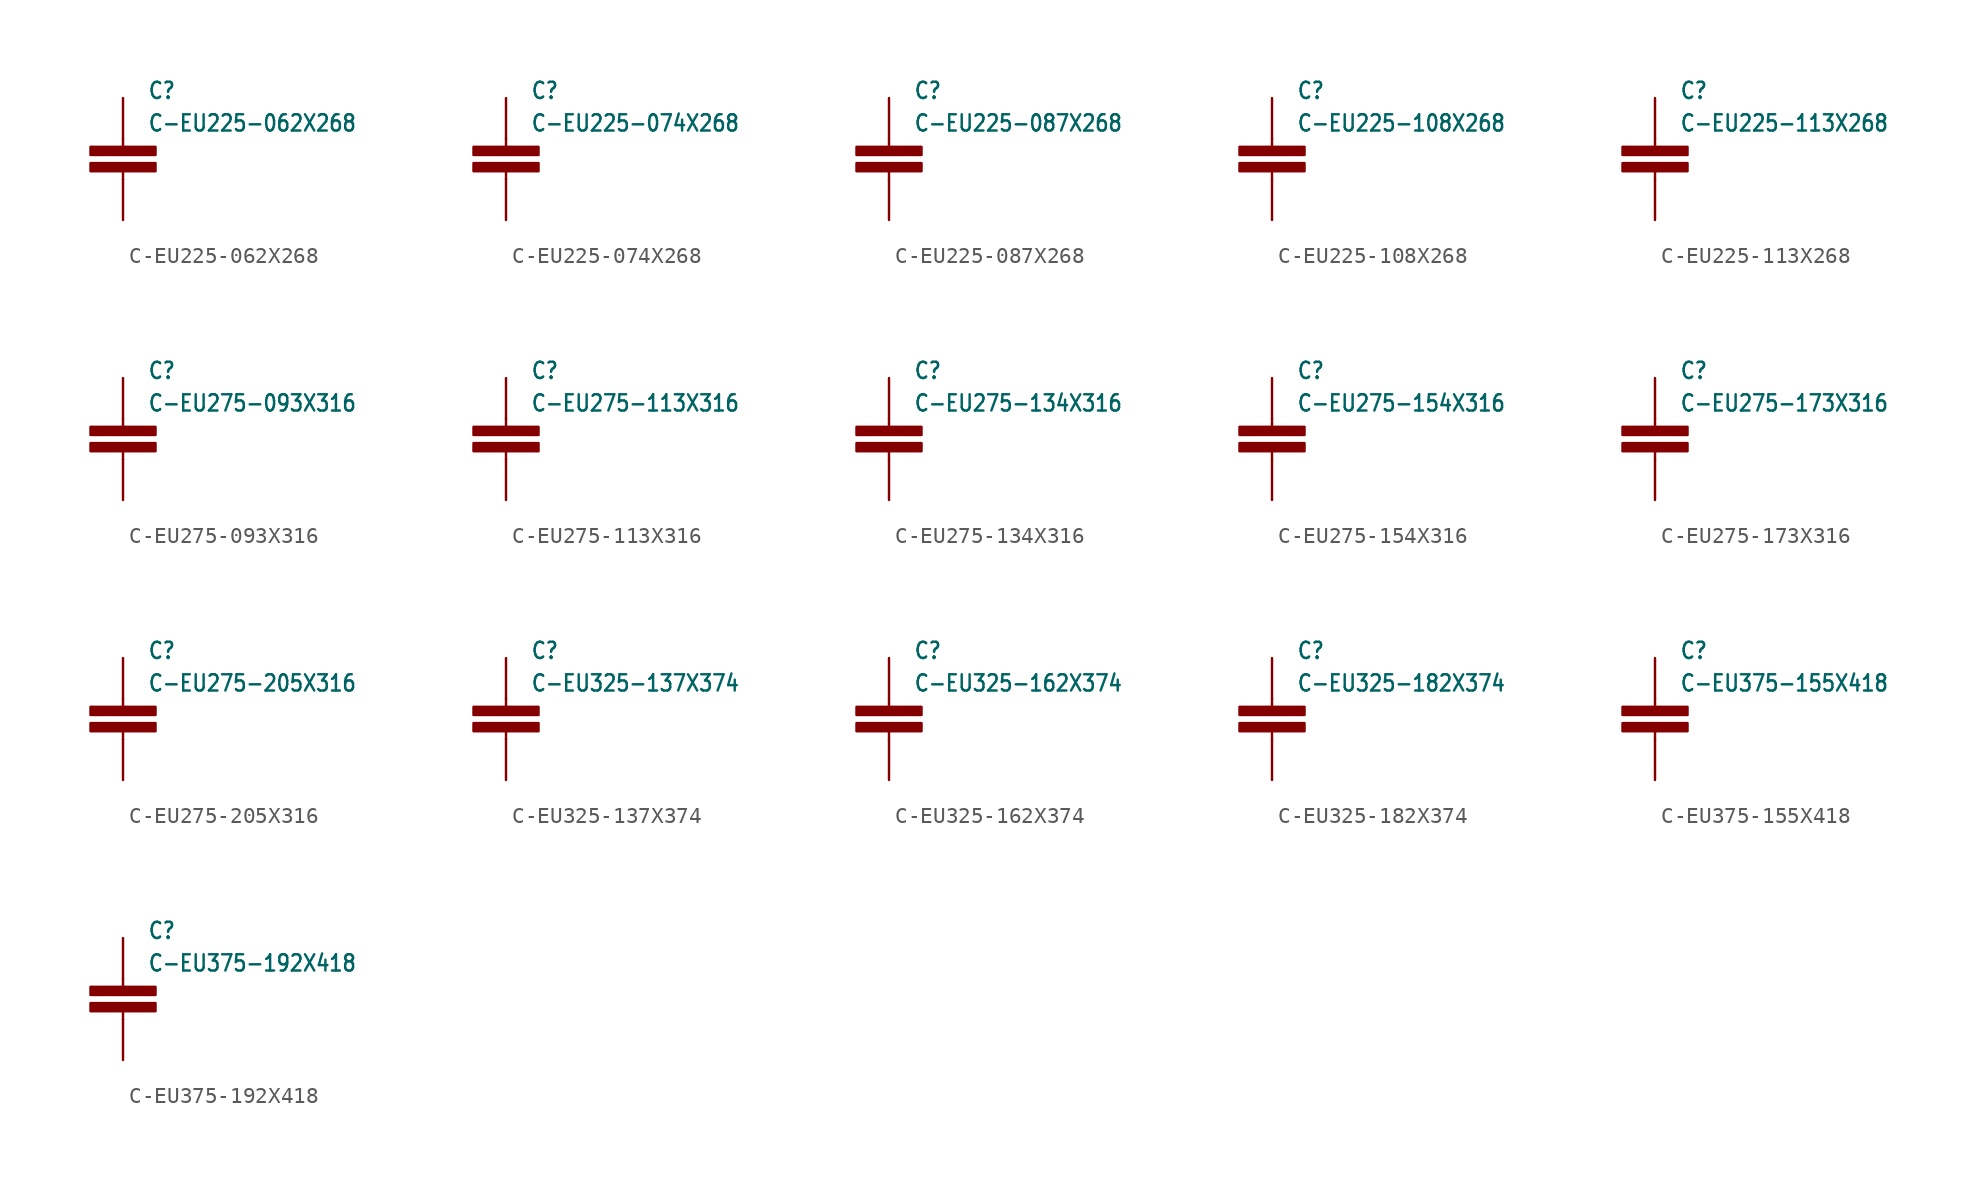
<source format=kicad_sym>
(kicad_symbol_lib
  (version 20220331)
  (generator kicad_symbol_editor)
  (symbol "C-EU225-062X268"
    (property "Reference" "C"
      (at 1.524 2.413 0)
      (effects (font (size 1.016 0.864)) (justify left bottom)))
    (property "Value" "C-EU225-062X268"
      (at 1.524 0.381 0)
      (effects (font (size 1.016 0.864)) (justify left bottom)))
    (property "ki_locked" ""
      (at 0 0 0)
      (effects (font (size 1.27 1.27))))
    (symbol "C-EU225-062X268_1_0"
      (rectangle (start -2.032 -2.032) (end 2.032 -1.524) (stroke (width 0) (type default)) (fill (type outline)))
      (rectangle (start -2.032 -1.016) (end 2.032 -0.508) (stroke (width 0) (type default)) (fill (type outline)))
      (polyline (pts (xy 0 -2.54) (xy 0 -2.032)) (stroke (width 0.152) (type solid)) (fill (type none)))
      (polyline (pts (xy 0 0) (xy 0 -0.508)) (stroke (width 0.152) (type solid)) (fill (type none)))
      (pin passive line (at 0 2.54 270) (length 2.54) (name "1" (effects (font (size 0 0)))) (number "1" (effects (font (size 0 0)))))
      (pin passive line (at 0 -5.08 90) (length 2.54) (name "2" (effects (font (size 0 0)))) (number "2" (effects (font (size 0 0)))))))
  (symbol "C-EU225-074X268"
    (property "Reference" "C"
      (at 1.524 2.413 0)
      (effects (font (size 1.016 0.864)) (justify left bottom)))
    (property "Value" "C-EU225-074X268"
      (at 1.524 0.381 0)
      (effects (font (size 1.016 0.864)) (justify left bottom)))
    (property "ki_locked" ""
      (at 0 0 0)
      (effects (font (size 1.27 1.27))))
    (symbol "C-EU225-074X268_1_0"
      (rectangle (start -2.032 -2.032) (end 2.032 -1.524) (stroke (width 0) (type default)) (fill (type outline)))
      (rectangle (start -2.032 -1.016) (end 2.032 -0.508) (stroke (width 0) (type default)) (fill (type outline)))
      (polyline (pts (xy 0 -2.54) (xy 0 -2.032)) (stroke (width 0.152) (type solid)) (fill (type none)))
      (polyline (pts (xy 0 0) (xy 0 -0.508)) (stroke (width 0.152) (type solid)) (fill (type none)))
      (pin passive line (at 0 2.54 270) (length 2.54) (name "1" (effects (font (size 0 0)))) (number "1" (effects (font (size 0 0)))))
      (pin passive line (at 0 -5.08 90) (length 2.54) (name "2" (effects (font (size 0 0)))) (number "2" (effects (font (size 0 0)))))))
  (symbol "C-EU225-087X268"
    (property "Reference" "C"
      (at 1.524 2.413 0)
      (effects (font (size 1.016 0.864)) (justify left bottom)))
    (property "Value" "C-EU225-087X268"
      (at 1.524 0.381 0)
      (effects (font (size 1.016 0.864)) (justify left bottom)))
    (property "ki_locked" ""
      (at 0 0 0)
      (effects (font (size 1.27 1.27))))
    (symbol "C-EU225-087X268_1_0"
      (rectangle (start -2.032 -2.032) (end 2.032 -1.524) (stroke (width 0) (type default)) (fill (type outline)))
      (rectangle (start -2.032 -1.016) (end 2.032 -0.508) (stroke (width 0) (type default)) (fill (type outline)))
      (polyline (pts (xy 0 -2.54) (xy 0 -2.032)) (stroke (width 0.152) (type solid)) (fill (type none)))
      (polyline (pts (xy 0 0) (xy 0 -0.508)) (stroke (width 0.152) (type solid)) (fill (type none)))
      (pin passive line (at 0 2.54 270) (length 2.54) (name "1" (effects (font (size 0 0)))) (number "1" (effects (font (size 0 0)))))
      (pin passive line (at 0 -5.08 90) (length 2.54) (name "2" (effects (font (size 0 0)))) (number "2" (effects (font (size 0 0)))))))
  (symbol "C-EU225-108X268"
    (property "Reference" "C"
      (at 1.524 2.413 0)
      (effects (font (size 1.016 0.864)) (justify left bottom)))
    (property "Value" "C-EU225-108X268"
      (at 1.524 0.381 0)
      (effects (font (size 1.016 0.864)) (justify left bottom)))
    (property "ki_locked" ""
      (at 0 0 0)
      (effects (font (size 1.27 1.27))))
    (symbol "C-EU225-108X268_1_0"
      (rectangle (start -2.032 -2.032) (end 2.032 -1.524) (stroke (width 0) (type default)) (fill (type outline)))
      (rectangle (start -2.032 -1.016) (end 2.032 -0.508) (stroke (width 0) (type default)) (fill (type outline)))
      (polyline (pts (xy 0 -2.54) (xy 0 -2.032)) (stroke (width 0.152) (type solid)) (fill (type none)))
      (polyline (pts (xy 0 0) (xy 0 -0.508)) (stroke (width 0.152) (type solid)) (fill (type none)))
      (pin passive line (at 0 2.54 270) (length 2.54) (name "1" (effects (font (size 0 0)))) (number "1" (effects (font (size 0 0)))))
      (pin passive line (at 0 -5.08 90) (length 2.54) (name "2" (effects (font (size 0 0)))) (number "2" (effects (font (size 0 0)))))))
  (symbol "C-EU225-113X268"
    (property "Reference" "C"
      (at 1.524 2.413 0)
      (effects (font (size 1.016 0.864)) (justify left bottom)))
    (property "Value" "C-EU225-113X268"
      (at 1.524 0.381 0)
      (effects (font (size 1.016 0.864)) (justify left bottom)))
    (property "ki_locked" ""
      (at 0 0 0)
      (effects (font (size 1.27 1.27))))
    (symbol "C-EU225-113X268_1_0"
      (rectangle (start -2.032 -2.032) (end 2.032 -1.524) (stroke (width 0) (type default)) (fill (type outline)))
      (rectangle (start -2.032 -1.016) (end 2.032 -0.508) (stroke (width 0) (type default)) (fill (type outline)))
      (polyline (pts (xy 0 -2.54) (xy 0 -2.032)) (stroke (width 0.152) (type solid)) (fill (type none)))
      (polyline (pts (xy 0 0) (xy 0 -0.508)) (stroke (width 0.152) (type solid)) (fill (type none)))
      (pin passive line (at 0 2.54 270) (length 2.54) (name "1" (effects (font (size 0 0)))) (number "1" (effects (font (size 0 0)))))
      (pin passive line (at 0 -5.08 90) (length 2.54) (name "2" (effects (font (size 0 0)))) (number "2" (effects (font (size 0 0)))))))
  (symbol "C-EU275-093X316"
    (property "Reference" "C"
      (at 1.524 2.413 0)
      (effects (font (size 1.016 0.864)) (justify left bottom)))
    (property "Value" "C-EU275-093X316"
      (at 1.524 0.381 0)
      (effects (font (size 1.016 0.864)) (justify left bottom)))
    (property "ki_locked" ""
      (at 0 0 0)
      (effects (font (size 1.27 1.27))))
    (symbol "C-EU275-093X316_1_0"
      (rectangle (start -2.032 -2.032) (end 2.032 -1.524) (stroke (width 0) (type default)) (fill (type outline)))
      (rectangle (start -2.032 -1.016) (end 2.032 -0.508) (stroke (width 0) (type default)) (fill (type outline)))
      (polyline (pts (xy 0 -2.54) (xy 0 -2.032)) (stroke (width 0.152) (type solid)) (fill (type none)))
      (polyline (pts (xy 0 0) (xy 0 -0.508)) (stroke (width 0.152) (type solid)) (fill (type none)))
      (pin passive line (at 0 2.54 270) (length 2.54) (name "1" (effects (font (size 0 0)))) (number "1" (effects (font (size 0 0)))))
      (pin passive line (at 0 -5.08 90) (length 2.54) (name "2" (effects (font (size 0 0)))) (number "2" (effects (font (size 0 0)))))))
  (symbol "C-EU275-113X316"
    (property "Reference" "C"
      (at 1.524 2.413 0)
      (effects (font (size 1.016 0.864)) (justify left bottom)))
    (property "Value" "C-EU275-113X316"
      (at 1.524 0.381 0)
      (effects (font (size 1.016 0.864)) (justify left bottom)))
    (property "ki_locked" ""
      (at 0 0 0)
      (effects (font (size 1.27 1.27))))
    (symbol "C-EU275-113X316_1_0"
      (rectangle (start -2.032 -2.032) (end 2.032 -1.524) (stroke (width 0) (type default)) (fill (type outline)))
      (rectangle (start -2.032 -1.016) (end 2.032 -0.508) (stroke (width 0) (type default)) (fill (type outline)))
      (polyline (pts (xy 0 -2.54) (xy 0 -2.032)) (stroke (width 0.152) (type solid)) (fill (type none)))
      (polyline (pts (xy 0 0) (xy 0 -0.508)) (stroke (width 0.152) (type solid)) (fill (type none)))
      (pin passive line (at 0 2.54 270) (length 2.54) (name "1" (effects (font (size 0 0)))) (number "1" (effects (font (size 0 0)))))
      (pin passive line (at 0 -5.08 90) (length 2.54) (name "2" (effects (font (size 0 0)))) (number "2" (effects (font (size 0 0)))))))
  (symbol "C-EU275-134X316"
    (property "Reference" "C"
      (at 1.524 2.413 0)
      (effects (font (size 1.016 0.864)) (justify left bottom)))
    (property "Value" "C-EU275-134X316"
      (at 1.524 0.381 0)
      (effects (font (size 1.016 0.864)) (justify left bottom)))
    (property "ki_locked" ""
      (at 0 0 0)
      (effects (font (size 1.27 1.27))))
    (symbol "C-EU275-134X316_1_0"
      (rectangle (start -2.032 -2.032) (end 2.032 -1.524) (stroke (width 0) (type default)) (fill (type outline)))
      (rectangle (start -2.032 -1.016) (end 2.032 -0.508) (stroke (width 0) (type default)) (fill (type outline)))
      (polyline (pts (xy 0 -2.54) (xy 0 -2.032)) (stroke (width 0.152) (type solid)) (fill (type none)))
      (polyline (pts (xy 0 0) (xy 0 -0.508)) (stroke (width 0.152) (type solid)) (fill (type none)))
      (pin passive line (at 0 2.54 270) (length 2.54) (name "1" (effects (font (size 0 0)))) (number "1" (effects (font (size 0 0)))))
      (pin passive line (at 0 -5.08 90) (length 2.54) (name "2" (effects (font (size 0 0)))) (number "2" (effects (font (size 0 0)))))))
  (symbol "C-EU275-154X316"
    (property "Reference" "C"
      (at 1.524 2.413 0)
      (effects (font (size 1.016 0.864)) (justify left bottom)))
    (property "Value" "C-EU275-154X316"
      (at 1.524 0.381 0)
      (effects (font (size 1.016 0.864)) (justify left bottom)))
    (property "ki_locked" ""
      (at 0 0 0)
      (effects (font (size 1.27 1.27))))
    (symbol "C-EU275-154X316_1_0"
      (rectangle (start -2.032 -2.032) (end 2.032 -1.524) (stroke (width 0) (type default)) (fill (type outline)))
      (rectangle (start -2.032 -1.016) (end 2.032 -0.508) (stroke (width 0) (type default)) (fill (type outline)))
      (polyline (pts (xy 0 -2.54) (xy 0 -2.032)) (stroke (width 0.152) (type solid)) (fill (type none)))
      (polyline (pts (xy 0 0) (xy 0 -0.508)) (stroke (width 0.152) (type solid)) (fill (type none)))
      (pin passive line (at 0 2.54 270) (length 2.54) (name "1" (effects (font (size 0 0)))) (number "1" (effects (font (size 0 0)))))
      (pin passive line (at 0 -5.08 90) (length 2.54) (name "2" (effects (font (size 0 0)))) (number "2" (effects (font (size 0 0)))))))
  (symbol "C-EU275-173X316"
    (property "Reference" "C"
      (at 1.524 2.413 0)
      (effects (font (size 1.016 0.864)) (justify left bottom)))
    (property "Value" "C-EU275-173X316"
      (at 1.524 0.381 0)
      (effects (font (size 1.016 0.864)) (justify left bottom)))
    (property "ki_locked" ""
      (at 0 0 0)
      (effects (font (size 1.27 1.27))))
    (symbol "C-EU275-173X316_1_0"
      (rectangle (start -2.032 -2.032) (end 2.032 -1.524) (stroke (width 0) (type default)) (fill (type outline)))
      (rectangle (start -2.032 -1.016) (end 2.032 -0.508) (stroke (width 0) (type default)) (fill (type outline)))
      (polyline (pts (xy 0 -2.54) (xy 0 -2.032)) (stroke (width 0.152) (type solid)) (fill (type none)))
      (polyline (pts (xy 0 0) (xy 0 -0.508)) (stroke (width 0.152) (type solid)) (fill (type none)))
      (pin passive line (at 0 2.54 270) (length 2.54) (name "1" (effects (font (size 0 0)))) (number "1" (effects (font (size 0 0)))))
      (pin passive line (at 0 -5.08 90) (length 2.54) (name "2" (effects (font (size 0 0)))) (number "2" (effects (font (size 0 0)))))))
  (symbol "C-EU275-205X316"
    (property "Reference" "C"
      (at 1.524 2.413 0)
      (effects (font (size 1.016 0.864)) (justify left bottom)))
    (property "Value" "C-EU275-205X316"
      (at 1.524 0.381 0)
      (effects (font (size 1.016 0.864)) (justify left bottom)))
    (property "ki_locked" ""
      (at 0 0 0)
      (effects (font (size 1.27 1.27))))
    (symbol "C-EU275-205X316_1_0"
      (rectangle (start -2.032 -2.032) (end 2.032 -1.524) (stroke (width 0) (type default)) (fill (type outline)))
      (rectangle (start -2.032 -1.016) (end 2.032 -0.508) (stroke (width 0) (type default)) (fill (type outline)))
      (polyline (pts (xy 0 -2.54) (xy 0 -2.032)) (stroke (width 0.152) (type solid)) (fill (type none)))
      (polyline (pts (xy 0 0) (xy 0 -0.508)) (stroke (width 0.152) (type solid)) (fill (type none)))
      (pin passive line (at 0 2.54 270) (length 2.54) (name "1" (effects (font (size 0 0)))) (number "1" (effects (font (size 0 0)))))
      (pin passive line (at 0 -5.08 90) (length 2.54) (name "2" (effects (font (size 0 0)))) (number "2" (effects (font (size 0 0)))))))
  (symbol "C-EU325-137X374"
    (property "Reference" "C"
      (at 1.524 2.413 0)
      (effects (font (size 1.016 0.864)) (justify left bottom)))
    (property "Value" "C-EU325-137X374"
      (at 1.524 0.381 0)
      (effects (font (size 1.016 0.864)) (justify left bottom)))
    (property "ki_locked" ""
      (at 0 0 0)
      (effects (font (size 1.27 1.27))))
    (symbol "C-EU325-137X374_1_0"
      (rectangle (start -2.032 -2.032) (end 2.032 -1.524) (stroke (width 0) (type default)) (fill (type outline)))
      (rectangle (start -2.032 -1.016) (end 2.032 -0.508) (stroke (width 0) (type default)) (fill (type outline)))
      (polyline (pts (xy 0 -2.54) (xy 0 -2.032)) (stroke (width 0.152) (type solid)) (fill (type none)))
      (polyline (pts (xy 0 0) (xy 0 -0.508)) (stroke (width 0.152) (type solid)) (fill (type none)))
      (pin passive line (at 0 2.54 270) (length 2.54) (name "1" (effects (font (size 0 0)))) (number "1" (effects (font (size 0 0)))))
      (pin passive line (at 0 -5.08 90) (length 2.54) (name "2" (effects (font (size 0 0)))) (number "2" (effects (font (size 0 0)))))))
  (symbol "C-EU325-162X374"
    (property "Reference" "C"
      (at 1.524 2.413 0)
      (effects (font (size 1.016 0.864)) (justify left bottom)))
    (property "Value" "C-EU325-162X374"
      (at 1.524 0.381 0)
      (effects (font (size 1.016 0.864)) (justify left bottom)))
    (property "ki_locked" ""
      (at 0 0 0)
      (effects (font (size 1.27 1.27))))
    (symbol "C-EU325-162X374_1_0"
      (rectangle (start -2.032 -2.032) (end 2.032 -1.524) (stroke (width 0) (type default)) (fill (type outline)))
      (rectangle (start -2.032 -1.016) (end 2.032 -0.508) (stroke (width 0) (type default)) (fill (type outline)))
      (polyline (pts (xy 0 -2.54) (xy 0 -2.032)) (stroke (width 0.152) (type solid)) (fill (type none)))
      (polyline (pts (xy 0 0) (xy 0 -0.508)) (stroke (width 0.152) (type solid)) (fill (type none)))
      (pin passive line (at 0 2.54 270) (length 2.54) (name "1" (effects (font (size 0 0)))) (number "1" (effects (font (size 0 0)))))
      (pin passive line (at 0 -5.08 90) (length 2.54) (name "2" (effects (font (size 0 0)))) (number "2" (effects (font (size 0 0)))))))
  (symbol "C-EU325-182X374"
    (property "Reference" "C"
      (at 1.524 2.413 0)
      (effects (font (size 1.016 0.864)) (justify left bottom)))
    (property "Value" "C-EU325-182X374"
      (at 1.524 0.381 0)
      (effects (font (size 1.016 0.864)) (justify left bottom)))
    (property "ki_locked" ""
      (at 0 0 0)
      (effects (font (size 1.27 1.27))))
    (symbol "C-EU325-182X374_1_0"
      (rectangle (start -2.032 -2.032) (end 2.032 -1.524) (stroke (width 0) (type default)) (fill (type outline)))
      (rectangle (start -2.032 -1.016) (end 2.032 -0.508) (stroke (width 0) (type default)) (fill (type outline)))
      (polyline (pts (xy 0 -2.54) (xy 0 -2.032)) (stroke (width 0.152) (type solid)) (fill (type none)))
      (polyline (pts (xy 0 0) (xy 0 -0.508)) (stroke (width 0.152) (type solid)) (fill (type none)))
      (pin passive line (at 0 2.54 270) (length 2.54) (name "1" (effects (font (size 0 0)))) (number "1" (effects (font (size 0 0)))))
      (pin passive line (at 0 -5.08 90) (length 2.54) (name "2" (effects (font (size 0 0)))) (number "2" (effects (font (size 0 0)))))))
  (symbol "C-EU375-155X418"
    (property "Reference" "C"
      (at 1.524 2.413 0)
      (effects (font (size 1.016 0.864)) (justify left bottom)))
    (property "Value" "C-EU375-155X418"
      (at 1.524 0.381 0)
      (effects (font (size 1.016 0.864)) (justify left bottom)))
    (property "ki_locked" ""
      (at 0 0 0)
      (effects (font (size 1.27 1.27))))
    (symbol "C-EU375-155X418_1_0"
      (rectangle (start -2.032 -2.032) (end 2.032 -1.524) (stroke (width 0) (type default)) (fill (type outline)))
      (rectangle (start -2.032 -1.016) (end 2.032 -0.508) (stroke (width 0) (type default)) (fill (type outline)))
      (polyline (pts (xy 0 -2.54) (xy 0 -2.032)) (stroke (width 0.152) (type solid)) (fill (type none)))
      (polyline (pts (xy 0 0) (xy 0 -0.508)) (stroke (width 0.152) (type solid)) (fill (type none)))
      (pin passive line (at 0 2.54 270) (length 2.54) (name "1" (effects (font (size 0 0)))) (number "1" (effects (font (size 0 0)))))
      (pin passive line (at 0 -5.08 90) (length 2.54) (name "2" (effects (font (size 0 0)))) (number "2" (effects (font (size 0 0)))))))
  (symbol "C-EU375-192X418"
    (property "Reference" "C"
      (at 1.524 2.413 0)
      (effects (font (size 1.016 0.864)) (justify left bottom)))
    (property "Value" "C-EU375-192X418"
      (at 1.524 0.381 0)
      (effects (font (size 1.016 0.864)) (justify left bottom)))
    (property "ki_locked" ""
      (at 0 0 0)
      (effects (font (size 1.27 1.27))))
    (symbol "C-EU375-192X418_1_0"
      (rectangle (start -2.032 -2.032) (end 2.032 -1.524) (stroke (width 0) (type default)) (fill (type outline)))
      (rectangle (start -2.032 -1.016) (end 2.032 -0.508) (stroke (width 0) (type default)) (fill (type outline)))
      (polyline (pts (xy 0 -2.54) (xy 0 -2.032)) (stroke (width 0.152) (type solid)) (fill (type none)))
      (polyline (pts (xy 0 0) (xy 0 -0.508)) (stroke (width 0.152) (type solid)) (fill (type none)))
      (pin passive line (at 0 2.54 270) (length 2.54) (name "1" (effects (font (size 0 0)))) (number "1" (effects (font (size 0 0)))))
      (pin passive line (at 0 -5.08 90) (length 2.54) (name "2" (effects (font (size 0 0)))) (number "2" (effects (font (size 0 0))))))))
</source>
